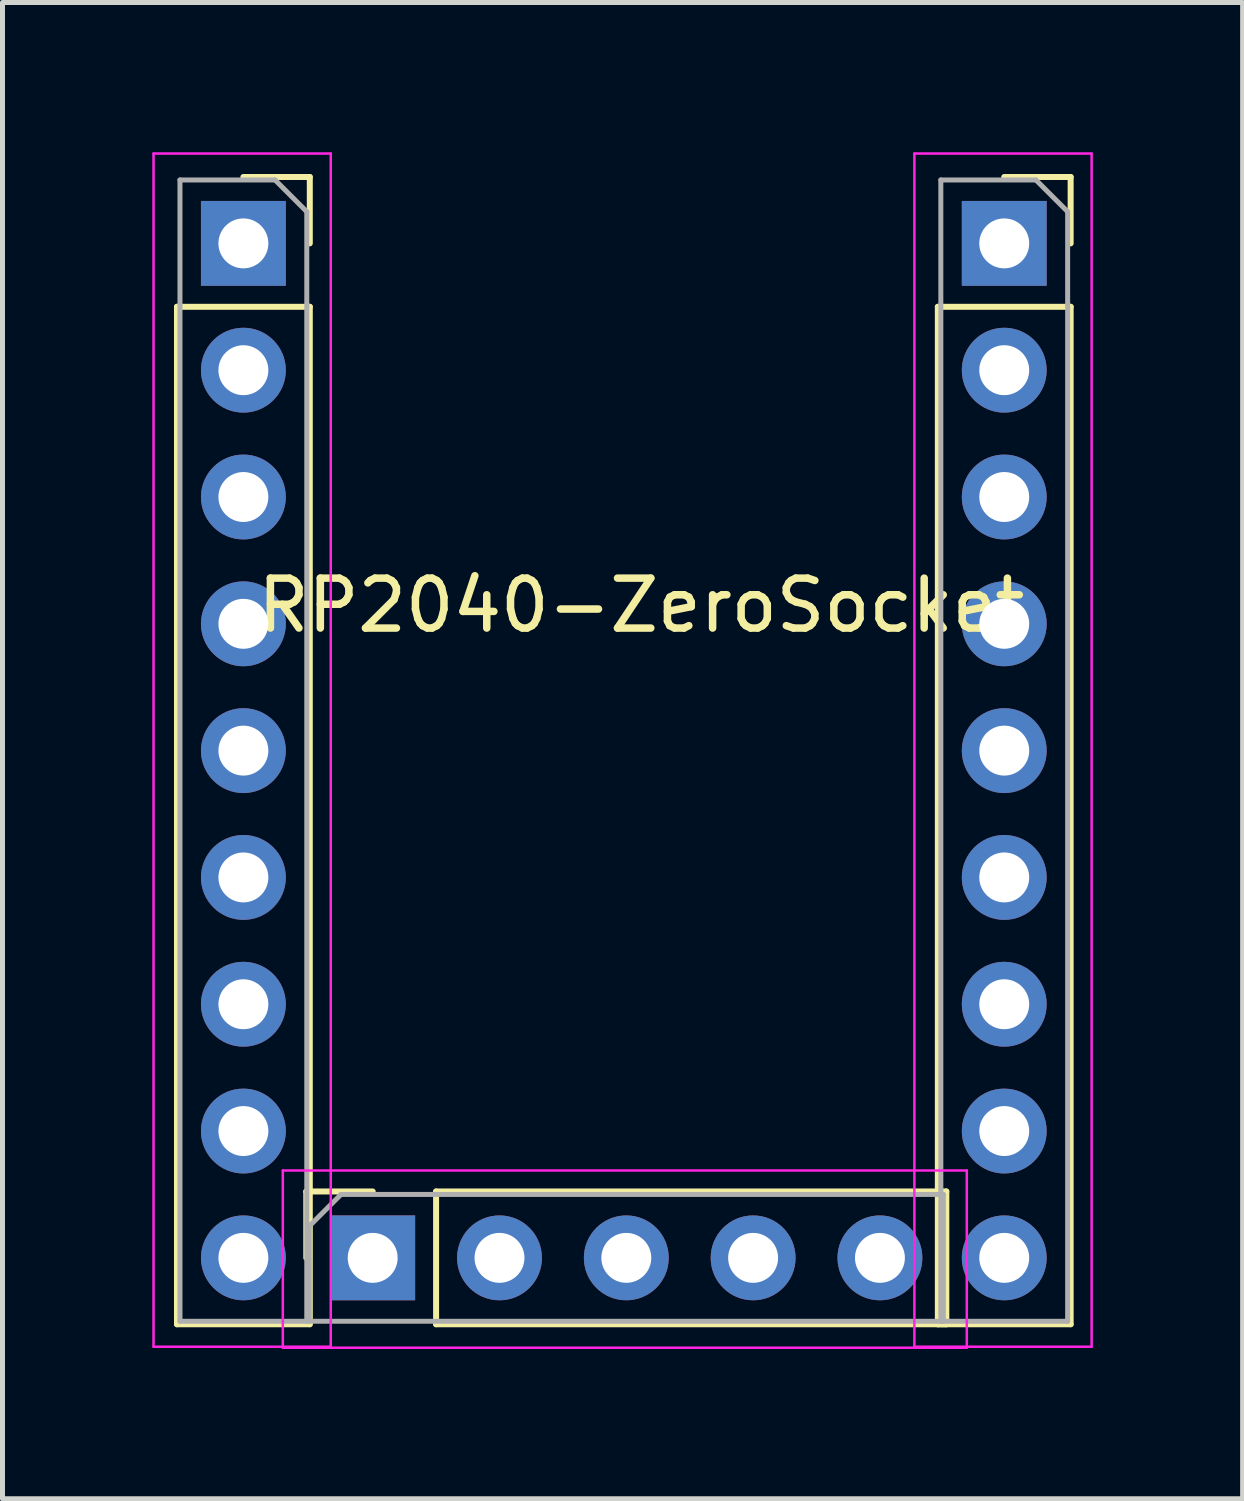
<source format=kicad_pcb>
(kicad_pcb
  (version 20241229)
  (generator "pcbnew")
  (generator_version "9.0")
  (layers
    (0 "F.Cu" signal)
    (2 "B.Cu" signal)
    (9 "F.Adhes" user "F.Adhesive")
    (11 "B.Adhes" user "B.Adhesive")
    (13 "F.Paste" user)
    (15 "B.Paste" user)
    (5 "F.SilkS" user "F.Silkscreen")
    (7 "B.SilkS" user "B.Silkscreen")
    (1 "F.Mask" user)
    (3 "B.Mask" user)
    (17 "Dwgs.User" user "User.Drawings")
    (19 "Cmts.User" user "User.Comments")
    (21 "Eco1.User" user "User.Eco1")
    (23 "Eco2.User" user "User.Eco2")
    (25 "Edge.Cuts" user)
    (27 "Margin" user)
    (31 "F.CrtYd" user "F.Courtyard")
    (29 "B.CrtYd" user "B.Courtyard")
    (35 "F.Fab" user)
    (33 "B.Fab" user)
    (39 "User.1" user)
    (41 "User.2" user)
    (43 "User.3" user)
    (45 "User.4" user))
  (footprint "RP2040-ZeroSocket"
    (layer "F.Cu")
    (at 9.795 11.845)
    (property "Reference" "RP2040-ZeroSocket" (at 0 -2.77 0) (layer "F.SilkS") (effects (font (size 1 1) (thickness 0.15))))
    (attr through_hole)
    (fp_line (start -9.3 -8.75) (end -9.3 11.63) (stroke (width 0.12) (type solid)) (layer "F.SilkS"))
    (fp_line (start -9.3 -8.75) (end -6.64 -8.75) (stroke (width 0.12) (type solid)) (layer "F.SilkS"))
    (fp_line (start -9.3 11.63) (end -6.64 11.63) (stroke (width 0.12) (type solid)) (layer "F.SilkS"))
    (fp_line (start -7.97 -11.35) (end -6.64 -11.35) (stroke (width 0.12) (type solid)) (layer "F.SilkS"))
    (fp_line (start -6.71 8.97) (end -5.38 8.97) (stroke (width 0.12) (type solid)) (layer "F.SilkS"))
    (fp_line (start -6.71 10.3) (end -6.71 8.97) (stroke (width 0.12) (type solid)) (layer "F.SilkS"))
    (fp_line (start -6.64 -11.35) (end -6.64 -10.02) (stroke (width 0.12) (type solid)) (layer "F.SilkS"))
    (fp_line (start -6.64 -8.75) (end -6.64 11.63) (stroke (width 0.12) (type solid)) (layer "F.SilkS"))
    (fp_line (start -4.11 8.97) (end 6.11 8.97) (stroke (width 0.12) (type solid)) (layer "F.SilkS"))
    (fp_line (start -4.11 11.63) (end -4.11 8.97) (stroke (width 0.12) (type solid)) (layer "F.SilkS"))
    (fp_line (start -4.11 11.63) (end 6.11 11.63) (stroke (width 0.12) (type solid)) (layer "F.SilkS"))
    (fp_line (start 5.94 -8.75) (end 5.94 11.63) (stroke (width 0.12) (type solid)) (layer "F.SilkS"))
    (fp_line (start 5.94 -8.75) (end 8.6 -8.75) (stroke (width 0.12) (type solid)) (layer "F.SilkS"))
    (fp_line (start 5.94 11.63) (end 8.6 11.63) (stroke (width 0.12) (type solid)) (layer "F.SilkS"))
    (fp_line (start 6.11 11.63) (end 6.11 8.97) (stroke (width 0.12) (type solid)) (layer "F.SilkS"))
    (fp_line (start 7.27 -11.35) (end 8.6 -11.35) (stroke (width 0.12) (type solid)) (layer "F.SilkS"))
    (fp_line (start 8.6 -11.35) (end 8.6 -10.02) (stroke (width 0.12) (type solid)) (layer "F.SilkS"))
    (fp_line (start 8.6 -8.75) (end 8.6 11.63) (stroke (width 0.12) (type solid)) (layer "F.SilkS"))
    (fp_line (start -9.77 -11.82) (end -6.22 -11.82) (stroke (width 0.05) (type solid)) (layer "F.CrtYd"))
    (fp_line (start -9.77 12.08) (end -9.77 -11.82) (stroke (width 0.05) (type solid)) (layer "F.CrtYd"))
    (fp_line (start -7.18 8.55) (end 6.52 8.55) (stroke (width 0.05) (type solid)) (layer "F.CrtYd"))
    (fp_line (start -7.18 12.1) (end -7.18 8.55) (stroke (width 0.05) (type solid)) (layer "F.CrtYd"))
    (fp_line (start -6.22 -11.82) (end -6.22 12.08) (stroke (width 0.05) (type solid)) (layer "F.CrtYd"))
    (fp_line (start -6.22 12.08) (end -9.77 12.08) (stroke (width 0.05) (type solid)) (layer "F.CrtYd"))
    (fp_line (start 5.47 -11.82) (end 9.02 -11.82) (stroke (width 0.05) (type solid)) (layer "F.CrtYd"))
    (fp_line (start 5.47 12.08) (end 5.47 -11.82) (stroke (width 0.05) (type solid)) (layer "F.CrtYd"))
    (fp_line (start 6.52 8.55) (end 6.52 12.1) (stroke (width 0.05) (type solid)) (layer "F.CrtYd"))
    (fp_line (start 6.52 12.1) (end -7.18 12.1) (stroke (width 0.05) (type solid)) (layer "F.CrtYd"))
    (fp_line (start 9.02 -11.82) (end 9.02 12.08) (stroke (width 0.05) (type solid)) (layer "F.CrtYd"))
    (fp_line (start 9.02 12.08) (end 5.47 12.08) (stroke (width 0.05) (type solid)) (layer "F.CrtYd"))
    (fp_line (start -9.24 -11.29) (end -7.335 -11.29) (stroke (width 0.1) (type solid)) (layer "F.Fab"))
    (fp_line (start -9.24 11.57) (end -9.24 -11.29) (stroke (width 0.1) (type solid)) (layer "F.Fab"))
    (fp_line (start -7.335 -11.29) (end -6.7 -10.655) (stroke (width 0.1) (type solid)) (layer "F.Fab"))
    (fp_line (start -6.7 -10.655) (end -6.7 11.57) (stroke (width 0.1) (type solid)) (layer "F.Fab"))
    (fp_line (start -6.7 11.57) (end -9.24 11.57) (stroke (width 0.1) (type solid)) (layer "F.Fab"))
    (fp_line (start -6.65 9.665) (end -6.015 9.03) (stroke (width 0.1) (type solid)) (layer "F.Fab"))
    (fp_line (start -6.65 11.57) (end -6.65 9.665) (stroke (width 0.1) (type solid)) (layer "F.Fab"))
    (fp_line (start -6.015 9.03) (end 6.05 9.03) (stroke (width 0.1) (type solid)) (layer "F.Fab"))
    (fp_line (start 6 -11.29) (end 7.905 -11.29) (stroke (width 0.1) (type solid)) (layer "F.Fab"))
    (fp_line (start 6 11.57) (end 6 -11.29) (stroke (width 0.1) (type solid)) (layer "F.Fab"))
    (fp_line (start 6.05 9.03) (end 6.05 11.57) (stroke (width 0.1) (type solid)) (layer "F.Fab"))
    (fp_line (start 6.05 11.57) (end -6.65 11.57) (stroke (width 0.1) (type solid)) (layer "F.Fab"))
    (fp_line (start 7.905 -11.29) (end 8.54 -10.655) (stroke (width 0.1) (type solid)) (layer "F.Fab"))
    (fp_line (start 8.54 -10.655) (end 8.54 11.57) (stroke (width 0.1) (type solid)) (layer "F.Fab"))
    (fp_line (start 8.54 11.57) (end 6 11.57) (stroke (width 0.1) (type solid)) (layer "F.Fab"))
    (pad "0" thru_hole rect (at 7.27 -10.02) (size 1.7 1.7) (drill 1) (layers "*.Cu" "*.Mask"))
    (pad "1" thru_hole circle (at 7.27 -7.48) (size 1.7 1.7) (drill 1) (layers "*.Cu" "*.Mask"))
    (pad "2" thru_hole circle (at 7.27 -4.94) (size 1.7 1.7) (drill 1) (layers "*.Cu" "*.Mask"))
    (pad "3" thru_hole circle (at 7.27 -2.4) (size 1.7 1.7) (drill 1) (layers "*.Cu" "*.Mask"))
    (pad "4" thru_hole circle (at 7.27 0.14) (size 1.7 1.7) (drill 1) (layers "*.Cu" "*.Mask"))
    (pad "5" thru_hole circle (at 7.27 2.68) (size 1.7 1.7) (drill 1) (layers "*.Cu" "*.Mask"))
    (pad "6" thru_hole circle (at 7.27 5.22) (size 1.7 1.7) (drill 1) (layers "*.Cu" "*.Mask"))
    (pad "7" thru_hole circle (at 7.27 7.76) (size 1.7 1.7) (drill 1) (layers "*.Cu" "*.Mask"))
    (pad "8" thru_hole circle (at 7.27 10.3) (size 1.7 1.7) (drill 1) (layers "*.Cu" "*.Mask"))
    (pad "9" thru_hole circle (at 4.78 10.3 90) (size 1.7 1.7) (drill 1) (layers "*.Cu" "*.Mask"))
    (pad "10" thru_hole circle (at 2.24 10.3 90) (size 1.7 1.7) (drill 1) (layers "*.Cu" "*.Mask"))
    (pad "11" thru_hole circle (at -0.3 10.3 90) (size 1.7 1.7) (drill 1) (layers "*.Cu" "*.Mask"))
    (pad "12" thru_hole circle (at -2.84 10.3 90) (size 1.7 1.7) (drill 1) (layers "*.Cu" "*.Mask"))
    (pad "13" thru_hole rect (at -5.38 10.3 90) (size 1.7 1.7) (drill 1) (layers "*.Cu" "*.Mask"))
    (pad "14" thru_hole circle (at -7.97 10.3) (size 1.7 1.7) (drill 1) (layers "*.Cu" "*.Mask"))
    (pad "15" thru_hole circle (at -7.97 7.76) (size 1.7 1.7) (drill 1) (layers "*.Cu" "*.Mask"))
    (pad "26" thru_hole circle (at -7.97 5.22) (size 1.7 1.7) (drill 1) (layers "*.Cu" "*.Mask"))
    (pad "27" thru_hole circle (at -7.97 2.68) (size 1.7 1.7) (drill 1) (layers "*.Cu" "*.Mask"))
    (pad "28" thru_hole circle (at -7.97 0.14) (size 1.7 1.7) (drill 1) (layers "*.Cu" "*.Mask"))
    (pad "29" thru_hole circle (at -7.97 -2.4) (size 1.7 1.7) (drill 1) (layers "*.Cu" "*.Mask"))
    (pad "30" thru_hole circle (at -7.97 -4.94) (size 1.7 1.7) (drill 1) (layers "*.Cu" "*.Mask"))
    (pad "31" thru_hole circle (at -7.97 -7.48) (size 1.7 1.7) (drill 1) (layers "*.Cu" "*.Mask"))
    (pad "32" thru_hole rect (at -7.97 -10.02) (size 1.7 1.7) (drill 1) (layers "*.Cu" "*.Mask")))
  (gr_rect
    (start -3 -3)
    (end 21.84 26.97)
    (stroke (width 0.1) (type default))
    (fill no)
    (layer "Edge.Cuts")))
</source>
